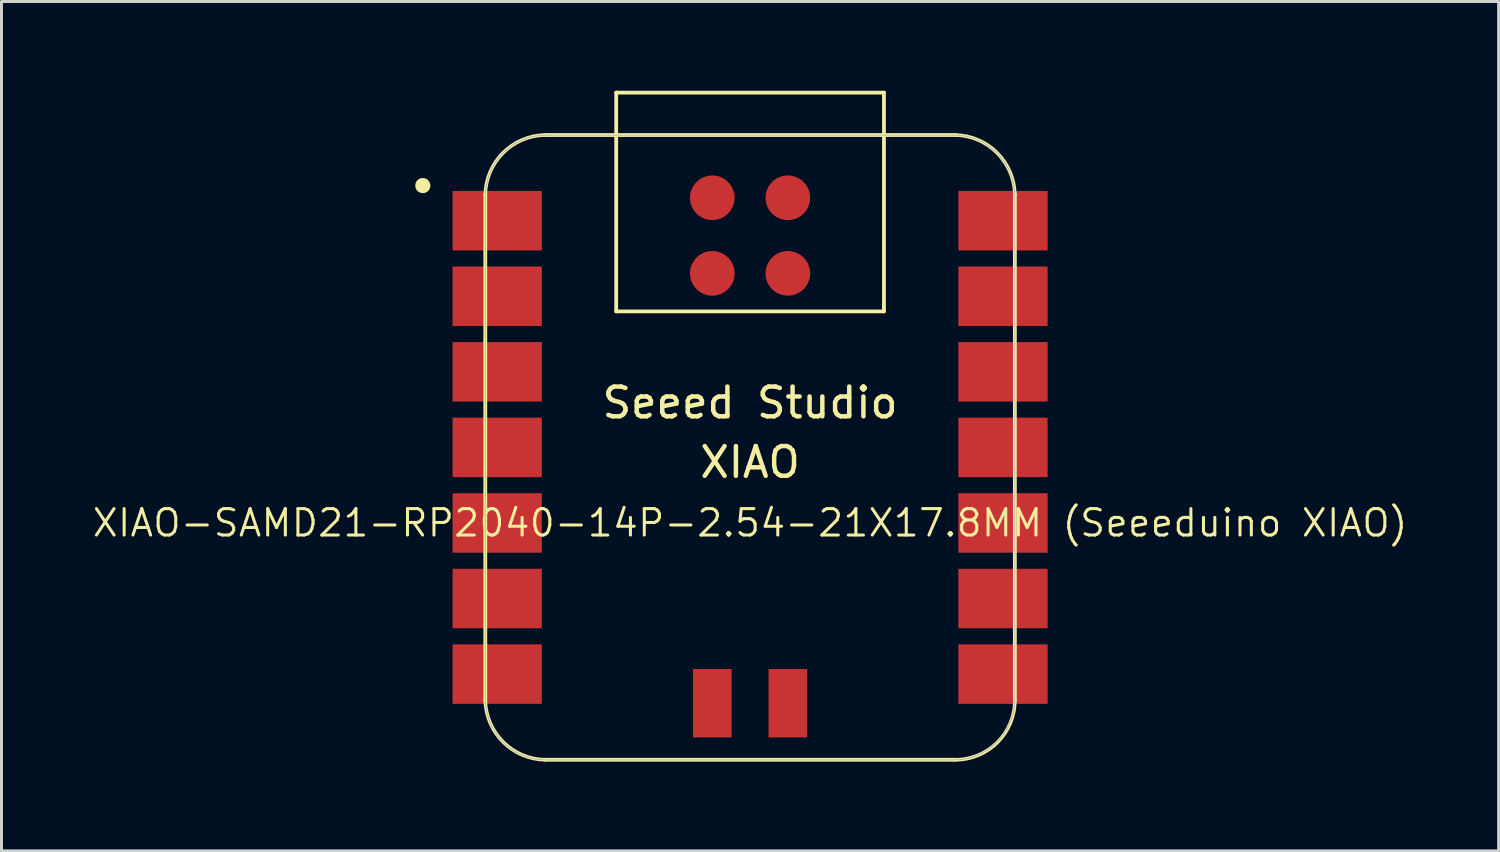
<source format=kicad_pcb>
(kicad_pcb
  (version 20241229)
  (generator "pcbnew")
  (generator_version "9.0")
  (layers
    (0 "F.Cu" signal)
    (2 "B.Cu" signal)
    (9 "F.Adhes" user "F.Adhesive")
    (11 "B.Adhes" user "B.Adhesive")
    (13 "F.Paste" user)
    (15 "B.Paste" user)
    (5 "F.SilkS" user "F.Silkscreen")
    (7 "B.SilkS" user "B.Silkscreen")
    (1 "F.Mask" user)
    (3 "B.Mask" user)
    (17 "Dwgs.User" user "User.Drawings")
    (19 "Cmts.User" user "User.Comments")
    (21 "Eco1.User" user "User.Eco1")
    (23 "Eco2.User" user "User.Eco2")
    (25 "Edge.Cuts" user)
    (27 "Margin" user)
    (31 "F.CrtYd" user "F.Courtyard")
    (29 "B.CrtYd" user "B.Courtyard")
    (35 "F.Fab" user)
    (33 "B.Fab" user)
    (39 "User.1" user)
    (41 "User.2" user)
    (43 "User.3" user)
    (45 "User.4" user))
  (footprint "XIAO-SAMD21-RP2040-14P-2.54-21X17.8MM (Seeeduino XIAO)"
    (layer "F.Cu")
    (at 22.162 11.988)
    (property "Reference" "XIAO-SAMD21-RP2040-14P-2.54-21X17.8MM (Seeeduino XIAO)" (at 0 2.54 0) (layer "F.SilkS") (effects (font (size 0.889 0.889) (thickness 0.102))))
    (attr smd)
    (fp_line (start -8.9 -8.5) (end -8.9 8.5) (stroke (width 0.127) (type solid)) (layer "F.SilkS"))
    (fp_line (start -6.9 10.5) (end 6.9 10.5) (stroke (width 0.127) (type solid)) (layer "F.SilkS"))
    (fp_line (start -4.5 -11.924) (end 4.5 -11.924) (stroke (width 0.127) (type solid)) (layer "F.SilkS"))
    (fp_line (start -4.5 -4.571) (end -4.5 -11.924) (stroke (width 0.127) (type solid)) (layer "F.SilkS"))
    (fp_line (start 4.5 -11.924) (end 4.5 -4.571) (stroke (width 0.127) (type solid)) (layer "F.SilkS"))
    (fp_line (start 4.5 -4.571) (end -4.5 -4.571) (stroke (width 0.127) (type solid)) (layer "F.SilkS"))
    (fp_line (start 6.9 -10.499) (end -6.9 -10.499) (stroke (width 0.127) (type solid)) (layer "F.SilkS"))
    (fp_line (start 8.9 8.5) (end 8.9 -8.5) (stroke (width 0.127) (type solid)) (layer "F.SilkS"))
    (fp_arc (start -8.9 -8.5) (mid -8.301491 -9.901491) (end -6.9 -10.5) (stroke (width 0.12) (type solid)) (layer "F.SilkS"))
    (fp_arc (start -6.9 10.5) (mid -8.301423 9.901423) (end -8.9 8.5) (stroke (width 0.12) (type solid)) (layer "F.SilkS"))
    (fp_arc (start 6.9 -10.5) (mid 8.301491 -9.901491) (end 8.9 -8.5) (stroke (width 0.12) (type solid)) (layer "F.SilkS"))
    (fp_arc (start 8.9 8.5) (mid 8.314214 9.914214) (end 6.9 10.5) (stroke (width 0.12) (type solid)) (layer "F.SilkS"))
    (fp_circle (center -11 -8.8) (end -11 -9.054) (stroke (width 0) (type solid)) (fill yes) (layer "F.SilkS"))
    (fp_poly (pts (xy -8.888 -8.562) (xy -8.885 -8.61) (xy -8.881 -8.659)) (stroke (width 0.025) (type solid)) (fill no) (layer "F.SilkS"))
    (fp_poly (pts (xy 8.889 8.522) (xy 8.888 8.571) (xy 8.885 8.62) (xy 8.881 8.669) (xy 8.875 8.717) (xy 8.869 8.766) (xy 8.861 8.815) (xy 8.852 8.863) (xy 8.842 8.911)) (stroke (width 0.025) (type solid)) (fill no) (layer "F.SilkS"))
    (fp_line (start -8.9 -8.463) (end -8.9 8.473) (stroke (width 0.025) (type solid)) (layer "F.Fab"))
    (fp_line (start -8.89 8.473) (end -8.889 8.522) (stroke (width 0.025) (type solid)) (layer "F.Fab"))
    (fp_line (start -8.889 8.522) (end -8.888 8.571) (stroke (width 0.025) (type solid)) (layer "F.Fab"))
    (fp_line (start -8.888 -8.562) (end -8.889 -8.512) (stroke (width 0.025) (type solid)) (layer "F.Fab"))
    (fp_line (start -8.888 8.571) (end -8.885 8.62) (stroke (width 0.025) (type solid)) (layer "F.Fab"))
    (fp_line (start -8.885 -8.61) (end -8.888 -8.562) (stroke (width 0.025) (type solid)) (layer "F.Fab"))
    (fp_line (start -8.885 8.62) (end -8.881 8.669) (stroke (width 0.025) (type solid)) (layer "F.Fab"))
    (fp_line (start -8.881 -8.659) (end -8.885 -8.61) (stroke (width 0.025) (type solid)) (layer "F.Fab"))
    (fp_line (start -8.881 8.669) (end -8.875 8.717) (stroke (width 0.025) (type solid)) (layer "F.Fab"))
    (fp_line (start -8.875 -8.708) (end -8.881 -8.659) (stroke (width 0.025) (type solid)) (layer "F.Fab"))
    (fp_line (start -8.875 8.717) (end -8.869 8.766) (stroke (width 0.025) (type solid)) (layer "F.Fab"))
    (fp_line (start -8.869 -8.757) (end -8.875 -8.708) (stroke (width 0.025) (type solid)) (layer "F.Fab"))
    (fp_line (start -8.869 8.766) (end -8.861 8.815) (stroke (width 0.025) (type solid)) (layer "F.Fab"))
    (fp_line (start -8.861 -8.806) (end -8.869 -8.757) (stroke (width 0.025) (type solid)) (layer "F.Fab"))
    (fp_line (start -8.861 8.815) (end -8.852 8.863) (stroke (width 0.025) (type solid)) (layer "F.Fab"))
    (fp_line (start -8.852 -8.854) (end -8.861 -8.806) (stroke (width 0.025) (type solid)) (layer "F.Fab"))
    (fp_line (start -8.852 8.863) (end -8.842 8.911) (stroke (width 0.025) (type solid)) (layer "F.Fab"))
    (fp_line (start -8.842 -8.902) (end -8.852 -8.854) (stroke (width 0.025) (type solid)) (layer "F.Fab"))
    (fp_line (start -8.842 8.911) (end -8.831 8.959) (stroke (width 0.025) (type solid)) (layer "F.Fab"))
    (fp_line (start -8.831 -8.95) (end -8.842 -8.902) (stroke (width 0.025) (type solid)) (layer "F.Fab"))
    (fp_line (start -8.831 8.959) (end -8.819 9.006) (stroke (width 0.025) (type solid)) (layer "F.Fab"))
    (fp_line (start -8.819 -8.997) (end -8.831 -8.95) (stroke (width 0.025) (type solid)) (layer "F.Fab"))
    (fp_line (start -8.819 9.006) (end -8.805 9.054) (stroke (width 0.025) (type solid)) (layer "F.Fab"))
    (fp_line (start -8.805 -9.045) (end -8.819 -8.997) (stroke (width 0.025) (type solid)) (layer "F.Fab"))
    (fp_line (start -8.805 9.054) (end -8.79 9.1) (stroke (width 0.025) (type solid)) (layer "F.Fab"))
    (fp_line (start -8.79 -9.091) (end -8.805 -9.045) (stroke (width 0.025) (type solid)) (layer "F.Fab"))
    (fp_line (start -8.79 9.1) (end -8.775 9.147) (stroke (width 0.025) (type solid)) (layer "F.Fab"))
    (fp_line (start -8.775 -9.138) (end -8.79 -9.091) (stroke (width 0.025) (type solid)) (layer "F.Fab"))
    (fp_line (start -8.775 9.147) (end -8.758 9.193) (stroke (width 0.025) (type solid)) (layer "F.Fab"))
    (fp_line (start -8.758 -9.184) (end -8.775 -9.138) (stroke (width 0.025) (type solid)) (layer "F.Fab"))
    (fp_line (start -8.758 9.193) (end -8.74 9.239) (stroke (width 0.025) (type solid)) (layer "F.Fab"))
    (fp_line (start -8.74 -9.23) (end -8.758 -9.184) (stroke (width 0.025) (type solid)) (layer "F.Fab"))
    (fp_line (start -8.74 9.239) (end -8.721 9.284) (stroke (width 0.025) (type solid)) (layer "F.Fab"))
    (fp_line (start -8.721 -9.275) (end -8.74 -9.23) (stroke (width 0.025) (type solid)) (layer "F.Fab"))
    (fp_line (start -8.721 9.284) (end -8.701 9.329) (stroke (width 0.025) (type solid)) (layer "F.Fab"))
    (fp_line (start -8.701 -9.32) (end -8.721 -9.275) (stroke (width 0.025) (type solid)) (layer "F.Fab"))
    (fp_line (start -8.701 9.329) (end -8.679 9.373) (stroke (width 0.025) (type solid)) (layer "F.Fab"))
    (fp_line (start -8.679 -9.364) (end -8.701 -9.32) (stroke (width 0.025) (type solid)) (layer "F.Fab"))
    (fp_line (start -8.679 9.373) (end -8.657 9.417) (stroke (width 0.025) (type solid)) (layer "F.Fab"))
    (fp_line (start -8.657 -9.408) (end -8.679 -9.364) (stroke (width 0.025) (type solid)) (layer "F.Fab"))
    (fp_line (start -8.657 9.417) (end -8.634 9.46) (stroke (width 0.025) (type solid)) (layer "F.Fab"))
    (fp_line (start -8.634 -9.451) (end -8.657 -9.408) (stroke (width 0.025) (type solid)) (layer "F.Fab"))
    (fp_line (start -8.634 9.46) (end -8.61 9.503) (stroke (width 0.025) (type solid)) (layer "F.Fab"))
    (fp_line (start -8.61 -9.494) (end -8.634 -9.451) (stroke (width 0.025) (type solid)) (layer "F.Fab"))
    (fp_line (start -8.61 9.503) (end -8.584 9.545) (stroke (width 0.025) (type solid)) (layer "F.Fab"))
    (fp_line (start -8.584 -9.536) (end -8.61 -9.494) (stroke (width 0.025) (type solid)) (layer "F.Fab"))
    (fp_line (start -8.584 9.545) (end -8.558 9.586) (stroke (width 0.025) (type solid)) (layer "F.Fab"))
    (fp_line (start -8.558 -9.577) (end -8.584 -9.536) (stroke (width 0.025) (type solid)) (layer "F.Fab"))
    (fp_line (start -8.558 9.586) (end -8.53 9.627) (stroke (width 0.025) (type solid)) (layer "F.Fab"))
    (fp_line (start -8.53 -9.618) (end -8.558 -9.577) (stroke (width 0.025) (type solid)) (layer "F.Fab"))
    (fp_line (start -8.53 9.627) (end -8.502 9.667) (stroke (width 0.025) (type solid)) (layer "F.Fab"))
    (fp_line (start -8.502 -9.658) (end -8.53 -9.618) (stroke (width 0.025) (type solid)) (layer "F.Fab"))
    (fp_line (start -8.502 9.667) (end -8.473 9.706) (stroke (width 0.025) (type solid)) (layer "F.Fab"))
    (fp_line (start -8.473 -9.697) (end -8.502 -9.658) (stroke (width 0.025) (type solid)) (layer "F.Fab"))
    (fp_line (start -8.473 9.706) (end -8.442 9.745) (stroke (width 0.025) (type solid)) (layer "F.Fab"))
    (fp_line (start -8.442 -9.736) (end -8.473 -9.697) (stroke (width 0.025) (type solid)) (layer "F.Fab"))
    (fp_line (start -8.442 9.745) (end -8.411 9.783) (stroke (width 0.025) (type solid)) (layer "F.Fab"))
    (fp_line (start -8.411 -9.774) (end -8.442 -9.736) (stroke (width 0.025) (type solid)) (layer "F.Fab"))
    (fp_line (start -8.411 9.783) (end -8.379 9.82) (stroke (width 0.025) (type solid)) (layer "F.Fab"))
    (fp_line (start -8.379 -9.811) (end -8.411 -9.774) (stroke (width 0.025) (type solid)) (layer "F.Fab"))
    (fp_line (start -8.379 9.82) (end -8.346 9.856) (stroke (width 0.025) (type solid)) (layer "F.Fab"))
    (fp_line (start -8.346 -9.847) (end -8.379 -9.811) (stroke (width 0.025) (type solid)) (layer "F.Fab"))
    (fp_line (start -8.346 9.856) (end -8.312 9.892) (stroke (width 0.025) (type solid)) (layer "F.Fab"))
    (fp_line (start -8.312 -9.883) (end -8.346 -9.847) (stroke (width 0.025) (type solid)) (layer "F.Fab"))
    (fp_line (start -8.312 9.892) (end -8.277 9.927) (stroke (width 0.025) (type solid)) (layer "F.Fab"))
    (fp_line (start -8.277 -9.918) (end -8.312 -9.883) (stroke (width 0.025) (type solid)) (layer "F.Fab"))
    (fp_line (start -8.277 9.927) (end -8.242 9.96) (stroke (width 0.025) (type solid)) (layer "F.Fab"))
    (fp_line (start -8.242 -9.951) (end -8.277 -9.918) (stroke (width 0.025) (type solid)) (layer "F.Fab"))
    (fp_line (start -8.242 9.96) (end -8.205 9.994) (stroke (width 0.025) (type solid)) (layer "F.Fab"))
    (fp_line (start -8.205 -9.984) (end -8.242 -9.951) (stroke (width 0.025) (type solid)) (layer "F.Fab"))
    (fp_line (start -8.205 9.994) (end -8.168 10.026) (stroke (width 0.025) (type solid)) (layer "F.Fab"))
    (fp_line (start -8.168 -10.017) (end -8.205 -9.984) (stroke (width 0.025) (type solid)) (layer "F.Fab"))
    (fp_line (start -8.168 10.026) (end -8.13 10.057) (stroke (width 0.025) (type solid)) (layer "F.Fab"))
    (fp_line (start -8.13 -10.048) (end -8.168 -10.017) (stroke (width 0.025) (type solid)) (layer "F.Fab"))
    (fp_line (start -8.13 10.057) (end -8.092 10.087) (stroke (width 0.025) (type solid)) (layer "F.Fab"))
    (fp_line (start -8.092 -10.078) (end -8.13 -10.048) (stroke (width 0.025) (type solid)) (layer "F.Fab"))
    (fp_line (start -8.092 10.087) (end -8.052 10.116) (stroke (width 0.025) (type solid)) (layer "F.Fab"))
    (fp_line (start -8.052 -10.107) (end -8.092 -10.078) (stroke (width 0.025) (type solid)) (layer "F.Fab"))
    (fp_line (start -8.052 10.116) (end -8.012 10.145) (stroke (width 0.025) (type solid)) (layer "F.Fab"))
    (fp_line (start -8.012 -10.136) (end -8.052 -10.107) (stroke (width 0.025) (type solid)) (layer "F.Fab"))
    (fp_line (start -8.012 10.145) (end -7.972 10.172) (stroke (width 0.025) (type solid)) (layer "F.Fab"))
    (fp_line (start -7.972 -10.163) (end -8.012 -10.136) (stroke (width 0.025) (type solid)) (layer "F.Fab"))
    (fp_line (start -7.972 10.172) (end -7.93 10.199) (stroke (width 0.025) (type solid)) (layer "F.Fab"))
    (fp_line (start -7.93 -10.19) (end -7.972 -10.163) (stroke (width 0.025) (type solid)) (layer "F.Fab"))
    (fp_line (start -7.93 10.199) (end -7.888 10.224) (stroke (width 0.025) (type solid)) (layer "F.Fab"))
    (fp_line (start -7.888 -10.215) (end -7.93 -10.19) (stroke (width 0.025) (type solid)) (layer "F.Fab"))
    (fp_line (start -7.888 10.224) (end -7.846 10.249) (stroke (width 0.025) (type solid)) (layer "F.Fab"))
    (fp_line (start -7.846 -10.239) (end -7.888 -10.215) (stroke (width 0.025) (type solid)) (layer "F.Fab"))
    (fp_line (start -7.846 10.249) (end -7.802 10.272) (stroke (width 0.025) (type solid)) (layer "F.Fab"))
    (fp_line (start -7.802 -10.263) (end -7.846 -10.239) (stroke (width 0.025) (type solid)) (layer "F.Fab"))
    (fp_line (start -7.802 10.272) (end -7.759 10.294) (stroke (width 0.025) (type solid)) (layer "F.Fab"))
    (fp_line (start -7.759 -10.285) (end -7.802 -10.263) (stroke (width 0.025) (type solid)) (layer "F.Fab"))
    (fp_line (start -7.759 10.294) (end -7.714 10.315) (stroke (width 0.025) (type solid)) (layer "F.Fab"))
    (fp_line (start -7.714 -10.306) (end -7.759 -10.285) (stroke (width 0.025) (type solid)) (layer "F.Fab"))
    (fp_line (start -7.714 10.315) (end -7.67 10.335) (stroke (width 0.025) (type solid)) (layer "F.Fab"))
    (fp_line (start -7.67 -10.326) (end -7.714 -10.306) (stroke (width 0.025) (type solid)) (layer "F.Fab"))
    (fp_line (start -7.67 10.335) (end -7.624 10.354) (stroke (width 0.025) (type solid)) (layer "F.Fab"))
    (fp_line (start -7.624 -10.345) (end -7.67 -10.326) (stroke (width 0.025) (type solid)) (layer "F.Fab"))
    (fp_line (start -7.624 10.354) (end -7.579 10.372) (stroke (width 0.025) (type solid)) (layer "F.Fab"))
    (fp_line (start -7.579 -10.363) (end -7.624 -10.345) (stroke (width 0.025) (type solid)) (layer "F.Fab"))
    (fp_line (start -7.579 10.372) (end -7.532 10.389) (stroke (width 0.025) (type solid)) (layer "F.Fab"))
    (fp_line (start -7.532 -10.38) (end -7.579 -10.363) (stroke (width 0.025) (type solid)) (layer "F.Fab"))
    (fp_line (start -7.532 10.389) (end -7.486 10.405) (stroke (width 0.025) (type solid)) (layer "F.Fab"))
    (fp_line (start -7.486 -10.396) (end -7.532 -10.38) (stroke (width 0.025) (type solid)) (layer "F.Fab"))
    (fp_line (start -7.486 10.405) (end -7.439 10.42) (stroke (width 0.025) (type solid)) (layer "F.Fab"))
    (fp_line (start -7.439 -10.411) (end -7.486 -10.396) (stroke (width 0.025) (type solid)) (layer "F.Fab"))
    (fp_line (start -7.439 10.42) (end -7.392 10.433) (stroke (width 0.025) (type solid)) (layer "F.Fab"))
    (fp_line (start -7.392 -10.424) (end -7.439 -10.411) (stroke (width 0.025) (type solid)) (layer "F.Fab"))
    (fp_line (start -7.392 10.433) (end -7.344 10.446) (stroke (width 0.025) (type solid)) (layer "F.Fab"))
    (fp_line (start -7.344 -10.436) (end -7.392 -10.424) (stroke (width 0.025) (type solid)) (layer "F.Fab"))
    (fp_line (start -7.344 10.446) (end -7.296 10.457) (stroke (width 0.025) (type solid)) (layer "F.Fab"))
    (fp_line (start -7.296 -10.448) (end -7.344 -10.436) (stroke (width 0.025) (type solid)) (layer "F.Fab"))
    (fp_line (start -7.296 10.457) (end -7.248 10.467) (stroke (width 0.025) (type solid)) (layer "F.Fab"))
    (fp_line (start -7.248 -10.458) (end -7.296 -10.448) (stroke (width 0.025) (type solid)) (layer "F.Fab"))
    (fp_line (start -7.248 10.467) (end -7.2 10.476) (stroke (width 0.025) (type solid)) (layer "F.Fab"))
    (fp_line (start -7.2 -10.466) (end -7.248 -10.458) (stroke (width 0.025) (type solid)) (layer "F.Fab"))
    (fp_line (start -7.2 10.476) (end -7.152 10.483) (stroke (width 0.025) (type solid)) (layer "F.Fab"))
    (fp_line (start -7.152 -10.474) (end -7.2 -10.466) (stroke (width 0.025) (type solid)) (layer "F.Fab"))
    (fp_line (start -7.152 10.483) (end -7.103 10.49) (stroke (width 0.025) (type solid)) (layer "F.Fab"))
    (fp_line (start -7.103 -10.481) (end -7.152 -10.474) (stroke (width 0.025) (type solid)) (layer "F.Fab"))
    (fp_line (start -7.103 10.49) (end -7.054 10.495) (stroke (width 0.025) (type solid)) (layer "F.Fab"))
    (fp_line (start -7.054 -10.486) (end -7.103 -10.481) (stroke (width 0.025) (type solid)) (layer "F.Fab"))
    (fp_line (start -7.054 10.495) (end -7.005 10.499) (stroke (width 0.025) (type solid)) (layer "F.Fab"))
    (fp_line (start -7.005 -10.49) (end -7.054 -10.486) (stroke (width 0.025) (type solid)) (layer "F.Fab"))
    (fp_line (start -7.005 10.499) (end -6.956 10.502) (stroke (width 0.025) (type solid)) (layer "F.Fab"))
    (fp_line (start -6.956 -10.493) (end -7.005 -10.49) (stroke (width 0.025) (type solid)) (layer "F.Fab"))
    (fp_line (start -6.956 10.502) (end -6.907 10.504) (stroke (width 0.025) (type solid)) (layer "F.Fab"))
    (fp_line (start -6.907 -10.495) (end -6.956 -10.493) (stroke (width 0.025) (type solid)) (layer "F.Fab"))
    (fp_line (start -6.907 10.504) (end -6.858 10.505) (stroke (width 0.025) (type solid)) (layer "F.Fab"))
    (fp_line (start -6.858 -10.495) (end -6.907 -10.495) (stroke (width 0.025) (type solid)) (layer "F.Fab"))
    (fp_line (start -6.858 10.505) (end 6.858 10.505) (stroke (width 0.025) (type solid)) (layer "F.Fab"))
    (fp_line (start 6.858 -10.495) (end -6.858 -10.495) (stroke (width 0.025) (type solid)) (layer "F.Fab"))
    (fp_line (start 6.858 10.505) (end 6.907 10.504) (stroke (width 0.025) (type solid)) (layer "F.Fab"))
    (fp_line (start 6.907 -10.495) (end 6.858 -10.495) (stroke (width 0.025) (type solid)) (layer "F.Fab"))
    (fp_line (start 6.907 10.504) (end 6.956 10.502) (stroke (width 0.025) (type solid)) (layer "F.Fab"))
    (fp_line (start 6.956 -10.493) (end 6.907 -10.495) (stroke (width 0.025) (type solid)) (layer "F.Fab"))
    (fp_line (start 6.956 10.502) (end 7.005 10.499) (stroke (width 0.025) (type solid)) (layer "F.Fab"))
    (fp_line (start 7.005 -10.49) (end 6.956 -10.493) (stroke (width 0.025) (type solid)) (layer "F.Fab"))
    (fp_line (start 7.005 10.499) (end 7.054 10.495) (stroke (width 0.025) (type solid)) (layer "F.Fab"))
    (fp_line (start 7.054 -10.486) (end 7.005 -10.49) (stroke (width 0.025) (type solid)) (layer "F.Fab"))
    (fp_line (start 7.054 10.495) (end 7.103 10.49) (stroke (width 0.025) (type solid)) (layer "F.Fab"))
    (fp_line (start 7.103 -10.481) (end 7.054 -10.486) (stroke (width 0.025) (type solid)) (layer "F.Fab"))
    (fp_line (start 7.103 10.49) (end 7.152 10.483) (stroke (width 0.025) (type solid)) (layer "F.Fab"))
    (fp_line (start 7.152 -10.474) (end 7.103 -10.481) (stroke (width 0.025) (type solid)) (layer "F.Fab"))
    (fp_line (start 7.152 10.483) (end 7.2 10.476) (stroke (width 0.025) (type solid)) (layer "F.Fab"))
    (fp_line (start 7.2 -10.466) (end 7.152 -10.474) (stroke (width 0.025) (type solid)) (layer "F.Fab"))
    (fp_line (start 7.2 10.476) (end 7.248 10.467) (stroke (width 0.025) (type solid)) (layer "F.Fab"))
    (fp_line (start 7.248 -10.458) (end 7.2 -10.466) (stroke (width 0.025) (type solid)) (layer "F.Fab"))
    (fp_line (start 7.248 10.467) (end 7.296 10.457) (stroke (width 0.025) (type solid)) (layer "F.Fab"))
    (fp_line (start 7.296 -10.448) (end 7.248 -10.458) (stroke (width 0.025) (type solid)) (layer "F.Fab"))
    (fp_line (start 7.296 10.457) (end 7.344 10.446) (stroke (width 0.025) (type solid)) (layer "F.Fab"))
    (fp_line (start 7.344 -10.436) (end 7.296 -10.448) (stroke (width 0.025) (type solid)) (layer "F.Fab"))
    (fp_line (start 7.344 10.446) (end 7.392 10.433) (stroke (width 0.025) (type solid)) (layer "F.Fab"))
    (fp_line (start 7.392 -10.424) (end 7.344 -10.436) (stroke (width 0.025) (type solid)) (layer "F.Fab"))
    (fp_line (start 7.392 10.433) (end 7.439 10.42) (stroke (width 0.025) (type solid)) (layer "F.Fab"))
    (fp_line (start 7.439 -10.411) (end 7.392 -10.424) (stroke (width 0.025) (type solid)) (layer "F.Fab"))
    (fp_line (start 7.439 10.42) (end 7.486 10.405) (stroke (width 0.025) (type solid)) (layer "F.Fab"))
    (fp_line (start 7.486 -10.396) (end 7.439 -10.411) (stroke (width 0.025) (type solid)) (layer "F.Fab"))
    (fp_line (start 7.486 10.405) (end 7.532 10.389) (stroke (width 0.025) (type solid)) (layer "F.Fab"))
    (fp_line (start 7.532 -10.38) (end 7.486 -10.396) (stroke (width 0.025) (type solid)) (layer "F.Fab"))
    (fp_line (start 7.532 10.389) (end 7.579 10.372) (stroke (width 0.025) (type solid)) (layer "F.Fab"))
    (fp_line (start 7.579 -10.363) (end 7.532 -10.38) (stroke (width 0.025) (type solid)) (layer "F.Fab"))
    (fp_line (start 7.579 10.372) (end 7.624 10.354) (stroke (width 0.025) (type solid)) (layer "F.Fab"))
    (fp_line (start 7.624 -10.345) (end 7.579 -10.363) (stroke (width 0.025) (type solid)) (layer "F.Fab"))
    (fp_line (start 7.624 10.354) (end 7.67 10.335) (stroke (width 0.025) (type solid)) (layer "F.Fab"))
    (fp_line (start 7.67 -10.326) (end 7.624 -10.345) (stroke (width 0.025) (type solid)) (layer "F.Fab"))
    (fp_line (start 7.67 10.335) (end 7.714 10.315) (stroke (width 0.025) (type solid)) (layer "F.Fab"))
    (fp_line (start 7.714 -10.306) (end 7.67 -10.326) (stroke (width 0.025) (type solid)) (layer "F.Fab"))
    (fp_line (start 7.714 10.315) (end 7.759 10.294) (stroke (width 0.025) (type solid)) (layer "F.Fab"))
    (fp_line (start 7.759 -10.285) (end 7.714 -10.306) (stroke (width 0.025) (type solid)) (layer "F.Fab"))
    (fp_line (start 7.759 10.294) (end 7.802 10.272) (stroke (width 0.025) (type solid)) (layer "F.Fab"))
    (fp_line (start 7.802 -10.263) (end 7.759 -10.285) (stroke (width 0.025) (type solid)) (layer "F.Fab"))
    (fp_line (start 7.802 10.272) (end 7.846 10.249) (stroke (width 0.025) (type solid)) (layer "F.Fab"))
    (fp_line (start 7.846 -10.239) (end 7.802 -10.263) (stroke (width 0.025) (type solid)) (layer "F.Fab"))
    (fp_line (start 7.846 10.249) (end 7.888 10.224) (stroke (width 0.025) (type solid)) (layer "F.Fab"))
    (fp_line (start 7.888 -10.215) (end 7.846 -10.239) (stroke (width 0.025) (type solid)) (layer "F.Fab"))
    (fp_line (start 7.888 10.224) (end 7.93 10.199) (stroke (width 0.025) (type solid)) (layer "F.Fab"))
    (fp_line (start 7.93 -10.19) (end 7.888 -10.215) (stroke (width 0.025) (type solid)) (layer "F.Fab"))
    (fp_line (start 7.93 10.199) (end 7.972 10.172) (stroke (width 0.025) (type solid)) (layer "F.Fab"))
    (fp_line (start 7.972 -10.163) (end 7.93 -10.19) (stroke (width 0.025) (type solid)) (layer "F.Fab"))
    (fp_line (start 7.972 10.172) (end 8.012 10.145) (stroke (width 0.025) (type solid)) (layer "F.Fab"))
    (fp_line (start 8.012 -10.136) (end 7.972 -10.163) (stroke (width 0.025) (type solid)) (layer "F.Fab"))
    (fp_line (start 8.012 10.145) (end 8.052 10.116) (stroke (width 0.025) (type solid)) (layer "F.Fab"))
    (fp_line (start 8.052 -10.107) (end 8.012 -10.136) (stroke (width 0.025) (type solid)) (layer "F.Fab"))
    (fp_line (start 8.052 10.116) (end 8.092 10.087) (stroke (width 0.025) (type solid)) (layer "F.Fab"))
    (fp_line (start 8.092 -10.078) (end 8.052 -10.107) (stroke (width 0.025) (type solid)) (layer "F.Fab"))
    (fp_line (start 8.092 10.087) (end 8.13 10.057) (stroke (width 0.025) (type solid)) (layer "F.Fab"))
    (fp_line (start 8.13 -10.048) (end 8.092 -10.078) (stroke (width 0.025) (type solid)) (layer "F.Fab"))
    (fp_line (start 8.13 10.057) (end 8.168 10.026) (stroke (width 0.025) (type solid)) (layer "F.Fab"))
    (fp_line (start 8.168 -10.017) (end 8.13 -10.048) (stroke (width 0.025) (type solid)) (layer "F.Fab"))
    (fp_line (start 8.168 10.026) (end 8.205 9.994) (stroke (width 0.025) (type solid)) (layer "F.Fab"))
    (fp_line (start 8.205 -9.984) (end 8.168 -10.017) (stroke (width 0.025) (type solid)) (layer "F.Fab"))
    (fp_line (start 8.205 9.994) (end 8.242 9.96) (stroke (width 0.025) (type solid)) (layer "F.Fab"))
    (fp_line (start 8.242 -9.951) (end 8.205 -9.984) (stroke (width 0.025) (type solid)) (layer "F.Fab"))
    (fp_line (start 8.242 9.96) (end 8.277 9.927) (stroke (width 0.025) (type solid)) (layer "F.Fab"))
    (fp_line (start 8.277 -9.918) (end 8.242 -9.951) (stroke (width 0.025) (type solid)) (layer "F.Fab"))
    (fp_line (start 8.277 9.927) (end 8.312 9.892) (stroke (width 0.025) (type solid)) (layer "F.Fab"))
    (fp_line (start 8.312 -9.883) (end 8.277 -9.918) (stroke (width 0.025) (type solid)) (layer "F.Fab"))
    (fp_line (start 8.312 9.892) (end 8.346 9.856) (stroke (width 0.025) (type solid)) (layer "F.Fab"))
    (fp_line (start 8.346 -9.847) (end 8.312 -9.883) (stroke (width 0.025) (type solid)) (layer "F.Fab"))
    (fp_line (start 8.346 9.856) (end 8.379 9.82) (stroke (width 0.025) (type solid)) (layer "F.Fab"))
    (fp_line (start 8.379 -9.811) (end 8.346 -9.847) (stroke (width 0.025) (type solid)) (layer "F.Fab"))
    (fp_line (start 8.379 9.82) (end 8.411 9.783) (stroke (width 0.025) (type solid)) (layer "F.Fab"))
    (fp_line (start 8.411 -9.774) (end 8.379 -9.811) (stroke (width 0.025) (type solid)) (layer "F.Fab"))
    (fp_line (start 8.411 9.783) (end 8.442 9.745) (stroke (width 0.025) (type solid)) (layer "F.Fab"))
    (fp_line (start 8.442 -9.736) (end 8.411 -9.774) (stroke (width 0.025) (type solid)) (layer "F.Fab"))
    (fp_line (start 8.442 9.745) (end 8.473 9.706) (stroke (width 0.025) (type solid)) (layer "F.Fab"))
    (fp_line (start 8.473 -9.697) (end 8.442 -9.736) (stroke (width 0.025) (type solid)) (layer "F.Fab"))
    (fp_line (start 8.473 9.706) (end 8.502 9.667) (stroke (width 0.025) (type solid)) (layer "F.Fab"))
    (fp_line (start 8.502 -9.658) (end 8.473 -9.697) (stroke (width 0.025) (type solid)) (layer "F.Fab"))
    (fp_line (start 8.502 9.667) (end 8.53 9.627) (stroke (width 0.025) (type solid)) (layer "F.Fab"))
    (fp_line (start 8.53 -9.618) (end 8.502 -9.658) (stroke (width 0.025) (type solid)) (layer "F.Fab"))
    (fp_line (start 8.53 9.627) (end 8.558 9.586) (stroke (width 0.025) (type solid)) (layer "F.Fab"))
    (fp_line (start 8.558 -9.577) (end 8.53 -9.618) (stroke (width 0.025) (type solid)) (layer "F.Fab"))
    (fp_line (start 8.558 9.586) (end 8.584 9.545) (stroke (width 0.025) (type solid)) (layer "F.Fab"))
    (fp_line (start 8.584 -9.536) (end 8.558 -9.577) (stroke (width 0.025) (type solid)) (layer "F.Fab"))
    (fp_line (start 8.584 9.545) (end 8.61 9.503) (stroke (width 0.025) (type solid)) (layer "F.Fab"))
    (fp_line (start 8.61 -9.494) (end 8.584 -9.536) (stroke (width 0.025) (type solid)) (layer "F.Fab"))
    (fp_line (start 8.61 9.503) (end 8.634 9.46) (stroke (width 0.025) (type solid)) (layer "F.Fab"))
    (fp_line (start 8.634 -9.451) (end 8.61 -9.494) (stroke (width 0.025) (type solid)) (layer "F.Fab"))
    (fp_line (start 8.634 9.46) (end 8.657 9.417) (stroke (width 0.025) (type solid)) (layer "F.Fab"))
    (fp_line (start 8.657 -9.408) (end 8.634 -9.451) (stroke (width 0.025) (type solid)) (layer "F.Fab"))
    (fp_line (start 8.657 9.417) (end 8.679 9.373) (stroke (width 0.025) (type solid)) (layer "F.Fab"))
    (fp_line (start 8.679 -9.364) (end 8.657 -9.408) (stroke (width 0.025) (type solid)) (layer "F.Fab"))
    (fp_line (start 8.679 9.373) (end 8.701 9.329) (stroke (width 0.025) (type solid)) (layer "F.Fab"))
    (fp_line (start 8.701 -9.32) (end 8.679 -9.364) (stroke (width 0.025) (type solid)) (layer "F.Fab"))
    (fp_line (start 8.701 9.329) (end 8.721 9.284) (stroke (width 0.025) (type solid)) (layer "F.Fab"))
    (fp_line (start 8.721 -9.275) (end 8.701 -9.32) (stroke (width 0.025) (type solid)) (layer "F.Fab"))
    (fp_line (start 8.721 9.284) (end 8.74 9.239) (stroke (width 0.025) (type solid)) (layer "F.Fab"))
    (fp_line (start 8.74 -9.23) (end 8.721 -9.275) (stroke (width 0.025) (type solid)) (layer "F.Fab"))
    (fp_line (start 8.74 9.239) (end 8.758 9.193) (stroke (width 0.025) (type solid)) (layer "F.Fab"))
    (fp_line (start 8.758 -9.184) (end 8.74 -9.23) (stroke (width 0.025) (type solid)) (layer "F.Fab"))
    (fp_line (start 8.758 9.193) (end 8.775 9.147) (stroke (width 0.025) (type solid)) (layer "F.Fab"))
    (fp_line (start 8.775 -9.138) (end 8.758 -9.184) (stroke (width 0.025) (type solid)) (layer "F.Fab"))
    (fp_line (start 8.775 9.147) (end 8.79 9.1) (stroke (width 0.025) (type solid)) (layer "F.Fab"))
    (fp_line (start 8.79 -9.091) (end 8.775 -9.138) (stroke (width 0.025) (type solid)) (layer "F.Fab"))
    (fp_line (start 8.79 9.1) (end 8.805 9.054) (stroke (width 0.025) (type solid)) (layer "F.Fab"))
    (fp_line (start 8.805 -9.045) (end 8.79 -9.091) (stroke (width 0.025) (type solid)) (layer "F.Fab"))
    (fp_line (start 8.805 9.054) (end 8.819 9.006) (stroke (width 0.025) (type solid)) (layer "F.Fab"))
    (fp_line (start 8.819 -8.997) (end 8.805 -9.045) (stroke (width 0.025) (type solid)) (layer "F.Fab"))
    (fp_line (start 8.819 9.006) (end 8.831 8.959) (stroke (width 0.025) (type solid)) (layer "F.Fab"))
    (fp_line (start 8.831 -8.95) (end 8.819 -8.997) (stroke (width 0.025) (type solid)) (layer "F.Fab"))
    (fp_line (start 8.831 8.959) (end 8.842 8.911) (stroke (width 0.025) (type solid)) (layer "F.Fab"))
    (fp_line (start 8.842 -8.902) (end 8.831 -8.95) (stroke (width 0.025) (type solid)) (layer "F.Fab"))
    (fp_line (start 8.842 8.911) (end 8.852 8.863) (stroke (width 0.025) (type solid)) (layer "F.Fab"))
    (fp_line (start 8.852 -8.854) (end 8.842 -8.902) (stroke (width 0.025) (type solid)) (layer "F.Fab"))
    (fp_line (start 8.852 8.863) (end 8.861 8.815) (stroke (width 0.025) (type solid)) (layer "F.Fab"))
    (fp_line (start 8.861 -8.806) (end 8.852 -8.854) (stroke (width 0.025) (type solid)) (layer "F.Fab"))
    (fp_line (start 8.861 8.815) (end 8.869 8.766) (stroke (width 0.025) (type solid)) (layer "F.Fab"))
    (fp_line (start 8.869 -8.757) (end 8.861 -8.806) (stroke (width 0.025) (type solid)) (layer "F.Fab"))
    (fp_line (start 8.869 8.766) (end 8.875 8.717) (stroke (width 0.025) (type solid)) (layer "F.Fab"))
    (fp_line (start 8.875 -8.708) (end 8.869 -8.757) (stroke (width 0.025) (type solid)) (layer "F.Fab"))
    (fp_line (start 8.875 8.717) (end 8.881 8.669) (stroke (width 0.025) (type solid)) (layer "F.Fab"))
    (fp_line (start 8.881 -8.659) (end 8.875 -8.708) (stroke (width 0.025) (type solid)) (layer "F.Fab"))
    (fp_line (start 8.881 8.669) (end 8.885 8.62) (stroke (width 0.025) (type solid)) (layer "F.Fab"))
    (fp_line (start 8.885 -8.61) (end 8.881 -8.659) (stroke (width 0.025) (type solid)) (layer "F.Fab"))
    (fp_line (start 8.885 8.62) (end 8.888 8.571) (stroke (width 0.025) (type solid)) (layer "F.Fab"))
    (fp_line (start 8.888 -8.562) (end 8.885 -8.61) (stroke (width 0.025) (type solid)) (layer "F.Fab"))
    (fp_line (start 8.888 8.571) (end 8.889 8.522) (stroke (width 0.025) (type solid)) (layer "F.Fab"))
    (fp_line (start 8.889 -8.512) (end 8.888 -8.562) (stroke (width 0.025) (type solid)) (layer "F.Fab"))
    (fp_line (start 8.889 8.522) (end 8.89 8.473) (stroke (width 0.025) (type solid)) (layer "F.Fab"))
    (fp_line (start 8.89 -8.463) (end 8.889 -8.512) (stroke (width 0.025) (type solid)) (layer "F.Fab"))
    (fp_line (start 8.9 8.473) (end 8.9 -8.463) (stroke (width 0.025) (type solid)) (layer "F.Fab"))
    (fp_text user "XIAO" (at 0 0.5 0) (unlocked yes) (layer "F.SilkS") (effects (font (size 1 1) (thickness 0.15))))
    (fp_text user "Seeed Studio" (at 0 -1.5 0) (unlocked yes) (layer "F.SilkS") (effects (font (size 1 1) (thickness 0.15))))
    (pad "1" smd rect (at -8.5 -7.62) (size 3 2) (layers "F.Cu" "F.Mask" "F.Paste"))
    (pad "2" smd rect (at -8.5 -5.08) (size 3 2) (layers "F.Cu" "F.Mask" "F.Paste"))
    (pad "3" smd rect (at -8.5 -2.54) (size 3 2) (layers "F.Cu" "F.Mask" "F.Paste"))
    (pad "4" smd rect (at -8.5 0) (size 3 2) (layers "F.Cu" "F.Mask" "F.Paste"))
    (pad "5" smd rect (at -8.5 2.54) (size 3 2) (layers "F.Cu" "F.Mask" "F.Paste"))
    (pad "6" smd rect (at -8.5 5.08 180) (size 3 2) (layers "F.Cu" "F.Mask" "F.Paste"))
    (pad "7" smd rect (at -8.5 7.62) (size 3 2) (layers "F.Cu" "F.Mask" "F.Paste"))
    (pad "8" smd rect (at 8.5 7.62) (size 3 2) (layers "F.Cu" "F.Mask" "F.Paste"))
    (pad "9" smd rect (at 8.5 5.08) (size 3 2) (layers "F.Cu" "F.Mask" "F.Paste"))
    (pad "10" smd rect (at 8.5 2.54) (size 3 2) (layers "F.Cu" "F.Mask" "F.Paste"))
    (pad "11" smd rect (at 8.5 0) (size 3 2) (layers "F.Cu" "F.Mask" "F.Paste"))
    (pad "12" smd rect (at 8.5 -2.54) (size 3 2) (layers "F.Cu" "F.Mask" "F.Paste"))
    (pad "13" smd rect (at 8.5 -5.08) (size 3 2) (layers "F.Cu" "F.Mask" "F.Paste"))
    (pad "14" smd rect (at 8.5 -7.62) (size 3 2) (layers "F.Cu" "F.Mask" "F.Paste"))
    (pad "15" smd circle (at -1.27 -8.39 90) (size 1.5 1.5) (layers "F.Cu" "F.Mask" "F.Paste"))
    (pad "16" smd circle (at 1.27 -8.39 90) (size 1.5 1.5) (layers "F.Cu" "F.Mask" "F.Paste"))
    (pad "17" smd circle (at -1.27 -5.85 90) (size 1.5 1.5) (layers "F.Cu" "F.Mask" "F.Paste"))
    (pad "18" smd circle (at 1.27 -5.85 90) (size 1.5 1.5) (layers "F.Cu" "F.Mask" "F.Paste"))
    (pad "19" smd rect (at -1.27 8.6 90) (size 2.3 1.3) (layers "F.Cu" "F.Mask" "F.Paste"))
    (pad "20" smd rect (at 1.27 8.6 90) (size 2.3 1.3) (layers "F.Cu" "F.Mask" "F.Paste")))
  (gr_rect
    (start -3 -3)
    (end 47.323 25.551)
    (stroke (width 0.1) (type default))
    (fill no)
    (layer "Edge.Cuts")))
</source>
